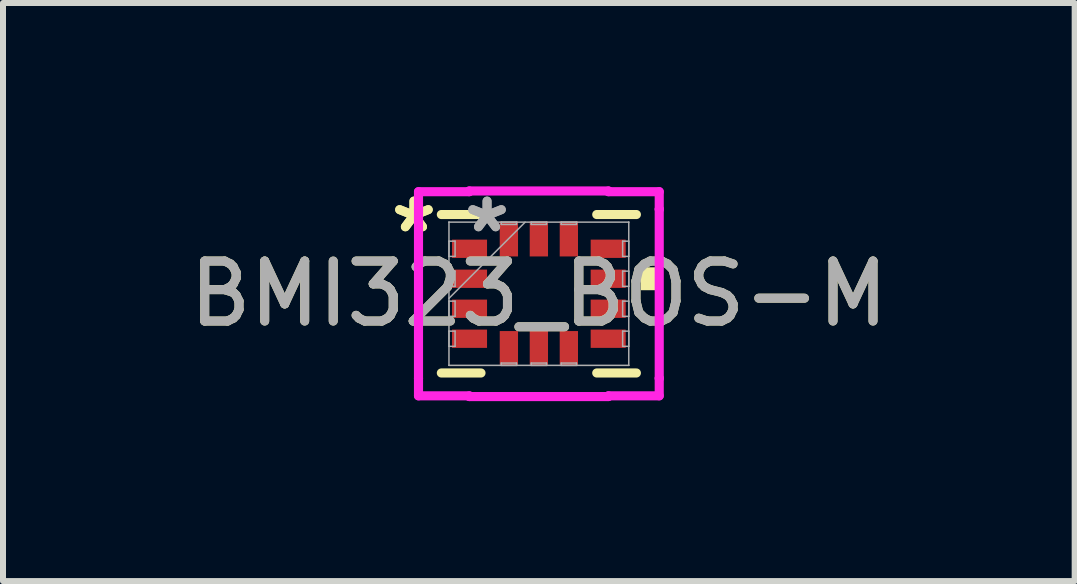
<source format=kicad_pcb>
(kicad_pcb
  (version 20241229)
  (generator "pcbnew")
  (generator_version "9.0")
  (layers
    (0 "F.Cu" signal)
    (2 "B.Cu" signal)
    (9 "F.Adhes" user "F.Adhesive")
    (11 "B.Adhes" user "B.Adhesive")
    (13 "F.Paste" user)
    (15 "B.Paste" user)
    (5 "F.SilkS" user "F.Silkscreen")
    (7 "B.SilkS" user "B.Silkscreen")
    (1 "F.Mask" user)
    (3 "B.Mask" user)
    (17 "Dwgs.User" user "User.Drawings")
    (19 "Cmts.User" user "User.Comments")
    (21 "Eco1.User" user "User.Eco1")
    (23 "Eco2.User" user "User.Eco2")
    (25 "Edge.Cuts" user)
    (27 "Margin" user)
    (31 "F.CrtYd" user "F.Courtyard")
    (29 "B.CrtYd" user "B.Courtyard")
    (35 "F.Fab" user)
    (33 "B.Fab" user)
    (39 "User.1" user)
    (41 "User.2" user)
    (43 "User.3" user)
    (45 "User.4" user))
  (footprint "BMI323_BOS-M"
    (layer "F.Cu")
    (at 5.935 1.848)
    (property "Reference" "BMI323_BOS-M" (at 0 0 0) (unlocked yes) (layer "F.SilkS") (effects (font (size 1 1) (thickness 0.15))))
    (attr smd)
    (fp_line (start -1.626 1.321) (end -0.965 1.321) (stroke (width 0.152) (type solid)) (layer "F.SilkS"))
    (fp_line (start -0.965 -1.321) (end -1.626 -1.321) (stroke (width 0.152) (type solid)) (layer "F.SilkS"))
    (fp_line (start 0.965 1.321) (end 1.626 1.321) (stroke (width 0.152) (type solid)) (layer "F.SilkS"))
    (fp_line (start 1.626 -1.321) (end 0.965 -1.321) (stroke (width 0.152) (type solid)) (layer "F.SilkS"))
    (fp_poly (pts (xy 1.956 -0.441) (xy 1.956 -0.059) (xy 1.702 -0.059) (xy 1.702 -0.441)) (stroke (width 0) (type solid)) (fill yes) (layer "F.SilkS"))
    (fp_line (start -2.007 -1.702) (end -1.16 -1.702) (stroke (width 0.152) (type solid)) (layer "F.CrtYd"))
    (fp_line (start -2.007 -1.41) (end -2.007 -1.702) (stroke (width 0.152) (type solid)) (layer "F.CrtYd"))
    (fp_line (start -2.007 -1.41) (end -2.007 -1.41) (stroke (width 0.152) (type solid)) (layer "F.CrtYd"))
    (fp_line (start -2.007 1.41) (end -2.007 -1.41) (stroke (width 0.152) (type solid)) (layer "F.CrtYd"))
    (fp_line (start -2.007 1.41) (end -2.007 1.41) (stroke (width 0.152) (type solid)) (layer "F.CrtYd"))
    (fp_line (start -2.007 1.702) (end -2.007 1.41) (stroke (width 0.152) (type solid)) (layer "F.CrtYd"))
    (fp_line (start -1.16 -1.714) (end 1.16 -1.714) (stroke (width 0.152) (type solid)) (layer "F.CrtYd"))
    (fp_line (start -1.16 -1.702) (end -1.16 -1.714) (stroke (width 0.152) (type solid)) (layer "F.CrtYd"))
    (fp_line (start -1.16 1.702) (end -2.007 1.702) (stroke (width 0.152) (type solid)) (layer "F.CrtYd"))
    (fp_line (start -1.16 1.714) (end -1.16 1.702) (stroke (width 0.152) (type solid)) (layer "F.CrtYd"))
    (fp_line (start 1.16 -1.714) (end 1.16 -1.702) (stroke (width 0.152) (type solid)) (layer "F.CrtYd"))
    (fp_line (start 1.16 -1.702) (end 2.007 -1.702) (stroke (width 0.152) (type solid)) (layer "F.CrtYd"))
    (fp_line (start 1.16 1.702) (end 1.16 1.714) (stroke (width 0.152) (type solid)) (layer "F.CrtYd"))
    (fp_line (start 1.16 1.714) (end -1.16 1.714) (stroke (width 0.152) (type solid)) (layer "F.CrtYd"))
    (fp_line (start 2.007 -1.702) (end 2.007 -1.41) (stroke (width 0.152) (type solid)) (layer "F.CrtYd"))
    (fp_line (start 2.007 -1.41) (end 2.007 -1.41) (stroke (width 0.152) (type solid)) (layer "F.CrtYd"))
    (fp_line (start 2.007 -1.41) (end 2.007 1.41) (stroke (width 0.152) (type solid)) (layer "F.CrtYd"))
    (fp_line (start 2.007 1.41) (end 2.007 1.41) (stroke (width 0.152) (type solid)) (layer "F.CrtYd"))
    (fp_line (start 2.007 1.41) (end 2.007 1.702) (stroke (width 0.152) (type solid)) (layer "F.CrtYd"))
    (fp_line (start 2.007 1.702) (end 1.16 1.702) (stroke (width 0.152) (type solid)) (layer "F.CrtYd"))
    (fp_line (start -1.499 -1.194) (end -1.499 -1.194) (stroke (width 0.025) (type solid)) (layer "F.Fab"))
    (fp_line (start -1.499 -1.194) (end -1.499 1.194) (stroke (width 0.025) (type solid)) (layer "F.Fab"))
    (fp_line (start -1.499 -0.877) (end -1.397 -0.877) (stroke (width 0.025) (type solid)) (layer "F.Fab"))
    (fp_line (start -1.499 -0.623) (end -1.499 -0.877) (stroke (width 0.025) (type solid)) (layer "F.Fab"))
    (fp_line (start -1.499 -0.377) (end -1.397 -0.377) (stroke (width 0.025) (type solid)) (layer "F.Fab"))
    (fp_line (start -1.499 -0.123) (end -1.499 -0.377) (stroke (width 0.025) (type solid)) (layer "F.Fab"))
    (fp_line (start -1.499 0.076) (end -0.229 -1.194) (stroke (width 0.025) (type solid)) (layer "F.Fab"))
    (fp_line (start -1.499 0.123) (end -1.397 0.123) (stroke (width 0.025) (type solid)) (layer "F.Fab"))
    (fp_line (start -1.499 0.377) (end -1.499 0.123) (stroke (width 0.025) (type solid)) (layer "F.Fab"))
    (fp_line (start -1.499 0.623) (end -1.397 0.623) (stroke (width 0.025) (type solid)) (layer "F.Fab"))
    (fp_line (start -1.499 0.877) (end -1.499 0.623) (stroke (width 0.025) (type solid)) (layer "F.Fab"))
    (fp_line (start -1.499 1.194) (end -1.499 1.194) (stroke (width 0.025) (type solid)) (layer "F.Fab"))
    (fp_line (start -1.499 1.194) (end 1.499 1.194) (stroke (width 0.025) (type solid)) (layer "F.Fab"))
    (fp_line (start -1.397 -0.877) (end -1.397 -0.623) (stroke (width 0.025) (type solid)) (layer "F.Fab"))
    (fp_line (start -1.397 -0.623) (end -1.499 -0.623) (stroke (width 0.025) (type solid)) (layer "F.Fab"))
    (fp_line (start -1.397 -0.377) (end -1.397 -0.123) (stroke (width 0.025) (type solid)) (layer "F.Fab"))
    (fp_line (start -1.397 -0.123) (end -1.499 -0.123) (stroke (width 0.025) (type solid)) (layer "F.Fab"))
    (fp_line (start -1.397 0.123) (end -1.397 0.377) (stroke (width 0.025) (type solid)) (layer "F.Fab"))
    (fp_line (start -1.397 0.377) (end -1.499 0.377) (stroke (width 0.025) (type solid)) (layer "F.Fab"))
    (fp_line (start -1.397 0.623) (end -1.397 0.877) (stroke (width 0.025) (type solid)) (layer "F.Fab"))
    (fp_line (start -1.397 0.877) (end -1.499 0.877) (stroke (width 0.025) (type solid)) (layer "F.Fab"))
    (fp_line (start -0.627 -1.194) (end -0.373 -1.194) (stroke (width 0.025) (type solid)) (layer "F.Fab"))
    (fp_line (start -0.627 -1.156) (end -0.627 -1.194) (stroke (width 0.025) (type solid)) (layer "F.Fab"))
    (fp_line (start -0.627 1.156) (end -0.373 1.156) (stroke (width 0.025) (type solid)) (layer "F.Fab"))
    (fp_line (start -0.627 1.194) (end -0.627 1.156) (stroke (width 0.025) (type solid)) (layer "F.Fab"))
    (fp_line (start -0.373 -1.194) (end -0.373 -1.156) (stroke (width 0.025) (type solid)) (layer "F.Fab"))
    (fp_line (start -0.373 -1.156) (end -0.627 -1.156) (stroke (width 0.025) (type solid)) (layer "F.Fab"))
    (fp_line (start -0.373 1.156) (end -0.373 1.194) (stroke (width 0.025) (type solid)) (layer "F.Fab"))
    (fp_line (start -0.373 1.194) (end -0.627 1.194) (stroke (width 0.025) (type solid)) (layer "F.Fab"))
    (fp_line (start -0.127 -1.194) (end 0.127 -1.194) (stroke (width 0.025) (type solid)) (layer "F.Fab"))
    (fp_line (start -0.127 -1.156) (end -0.127 -1.194) (stroke (width 0.025) (type solid)) (layer "F.Fab"))
    (fp_line (start -0.127 1.156) (end 0.127 1.156) (stroke (width 0.025) (type solid)) (layer "F.Fab"))
    (fp_line (start -0.127 1.194) (end -0.127 1.156) (stroke (width 0.025) (type solid)) (layer "F.Fab"))
    (fp_line (start 0.127 -1.194) (end 0.127 -1.156) (stroke (width 0.025) (type solid)) (layer "F.Fab"))
    (fp_line (start 0.127 -1.156) (end -0.127 -1.156) (stroke (width 0.025) (type solid)) (layer "F.Fab"))
    (fp_line (start 0.127 1.156) (end 0.127 1.194) (stroke (width 0.025) (type solid)) (layer "F.Fab"))
    (fp_line (start 0.127 1.194) (end -0.127 1.194) (stroke (width 0.025) (type solid)) (layer "F.Fab"))
    (fp_line (start 0.373 -1.194) (end 0.627 -1.194) (stroke (width 0.025) (type solid)) (layer "F.Fab"))
    (fp_line (start 0.373 -1.156) (end 0.373 -1.194) (stroke (width 0.025) (type solid)) (layer "F.Fab"))
    (fp_line (start 0.373 1.156) (end 0.627 1.156) (stroke (width 0.025) (type solid)) (layer "F.Fab"))
    (fp_line (start 0.373 1.194) (end 0.373 1.156) (stroke (width 0.025) (type solid)) (layer "F.Fab"))
    (fp_line (start 0.627 -1.194) (end 0.627 -1.156) (stroke (width 0.025) (type solid)) (layer "F.Fab"))
    (fp_line (start 0.627 -1.156) (end 0.373 -1.156) (stroke (width 0.025) (type solid)) (layer "F.Fab"))
    (fp_line (start 0.627 1.156) (end 0.627 1.194) (stroke (width 0.025) (type solid)) (layer "F.Fab"))
    (fp_line (start 0.627 1.194) (end 0.373 1.194) (stroke (width 0.025) (type solid)) (layer "F.Fab"))
    (fp_line (start 1.397 -0.877) (end 1.499 -0.877) (stroke (width 0.025) (type solid)) (layer "F.Fab"))
    (fp_line (start 1.397 -0.623) (end 1.397 -0.877) (stroke (width 0.025) (type solid)) (layer "F.Fab"))
    (fp_line (start 1.397 -0.377) (end 1.499 -0.377) (stroke (width 0.025) (type solid)) (layer "F.Fab"))
    (fp_line (start 1.397 -0.123) (end 1.397 -0.377) (stroke (width 0.025) (type solid)) (layer "F.Fab"))
    (fp_line (start 1.397 0.123) (end 1.499 0.123) (stroke (width 0.025) (type solid)) (layer "F.Fab"))
    (fp_line (start 1.397 0.377) (end 1.397 0.123) (stroke (width 0.025) (type solid)) (layer "F.Fab"))
    (fp_line (start 1.397 0.623) (end 1.499 0.623) (stroke (width 0.025) (type solid)) (layer "F.Fab"))
    (fp_line (start 1.397 0.877) (end 1.397 0.623) (stroke (width 0.025) (type solid)) (layer "F.Fab"))
    (fp_line (start 1.499 -1.194) (end -1.499 -1.194) (stroke (width 0.025) (type solid)) (layer "F.Fab"))
    (fp_line (start 1.499 -1.194) (end 1.499 -1.194) (stroke (width 0.025) (type solid)) (layer "F.Fab"))
    (fp_line (start 1.499 -0.877) (end 1.499 -0.623) (stroke (width 0.025) (type solid)) (layer "F.Fab"))
    (fp_line (start 1.499 -0.623) (end 1.397 -0.623) (stroke (width 0.025) (type solid)) (layer "F.Fab"))
    (fp_line (start 1.499 -0.377) (end 1.499 -0.123) (stroke (width 0.025) (type solid)) (layer "F.Fab"))
    (fp_line (start 1.499 -0.123) (end 1.397 -0.123) (stroke (width 0.025) (type solid)) (layer "F.Fab"))
    (fp_line (start 1.499 0.123) (end 1.499 0.377) (stroke (width 0.025) (type solid)) (layer "F.Fab"))
    (fp_line (start 1.499 0.377) (end 1.397 0.377) (stroke (width 0.025) (type solid)) (layer "F.Fab"))
    (fp_line (start 1.499 0.623) (end 1.499 0.877) (stroke (width 0.025) (type solid)) (layer "F.Fab"))
    (fp_line (start 1.499 0.877) (end 1.397 0.877) (stroke (width 0.025) (type solid)) (layer "F.Fab"))
    (fp_line (start 1.499 1.194) (end 1.499 -1.194) (stroke (width 0.025) (type solid)) (layer "F.Fab"))
    (fp_line (start 1.499 1.194) (end 1.499 1.194) (stroke (width 0.025) (type solid)) (layer "F.Fab"))
    (fp_text user "*" (at -2.083 -1 0) (unlocked yes) (layer "F.SilkS") (effects (font (size 1 1) (thickness 0.15))))
    (fp_text user "*" (at -2.083 -1 0) (layer "F.SilkS") (effects (font (size 1 1) (thickness 0.15))))
    (fp_text user "*" (at -0.864 -1 0) (unlocked yes) (layer "F.Fab") (effects (font (size 1 1) (thickness 0.15))))
    (fp_text user "*" (at -0.864 -1 0) (layer "F.Fab") (effects (font (size 1 1) (thickness 0.15))))
    (fp_text user "${REFERENCE}" (at 0 0 0) (unlocked yes) (layer "F.Fab") (effects (font (size 1 1) (thickness 0.15))))
    (pad "1" smd rect (at -1.156 -0.75 90) (size 0.305 0.584) (layers "F.Cu" "F.Mask" "F.Paste"))
    (pad "2" smd rect (at -1.156 -0.25 90) (size 0.305 0.584) (layers "F.Cu" "F.Mask" "F.Paste"))
    (pad "3" smd rect (at -1.156 0.25 90) (size 0.305 0.584) (layers "F.Cu" "F.Mask" "F.Paste"))
    (pad "4" smd rect (at -1.156 0.75 90) (size 0.305 0.584) (layers "F.Cu" "F.Mask" "F.Paste"))
    (pad "5" smd rect (at -0.5 0.914) (size 0.305 0.584) (layers "F.Cu" "F.Mask" "F.Paste"))
    (pad "6" smd rect (at 0 0.914) (size 0.305 0.584) (layers "F.Cu" "F.Mask" "F.Paste"))
    (pad "7" smd rect (at 0.5 0.914) (size 0.305 0.584) (layers "F.Cu" "F.Mask" "F.Paste"))
    (pad "8" smd rect (at 1.156 0.75 90) (size 0.305 0.584) (layers "F.Cu" "F.Mask" "F.Paste"))
    (pad "9" smd rect (at 1.156 0.25 90) (size 0.305 0.584) (layers "F.Cu" "F.Mask" "F.Paste"))
    (pad "10" smd rect (at 1.156 -0.25 90) (size 0.305 0.584) (layers "F.Cu" "F.Mask" "F.Paste"))
    (pad "11" smd rect (at 1.156 -0.75 90) (size 0.305 0.584) (layers "F.Cu" "F.Mask" "F.Paste"))
    (pad "12" smd rect (at 0.5 -0.914) (size 0.305 0.584) (layers "F.Cu" "F.Mask" "F.Paste"))
    (pad "13" smd rect (at 0 -0.914) (size 0.305 0.584) (layers "F.Cu" "F.Mask" "F.Paste"))
    (pad "14" smd rect (at -0.5 -0.914) (size 0.305 0.584) (layers "F.Cu" "F.Mask" "F.Paste")))
  (gr_rect
    (start -3 -3)
    (end 14.869 6.639)
    (stroke (width 0.1) (type default))
    (fill no)
    (layer "Edge.Cuts")))
</source>
